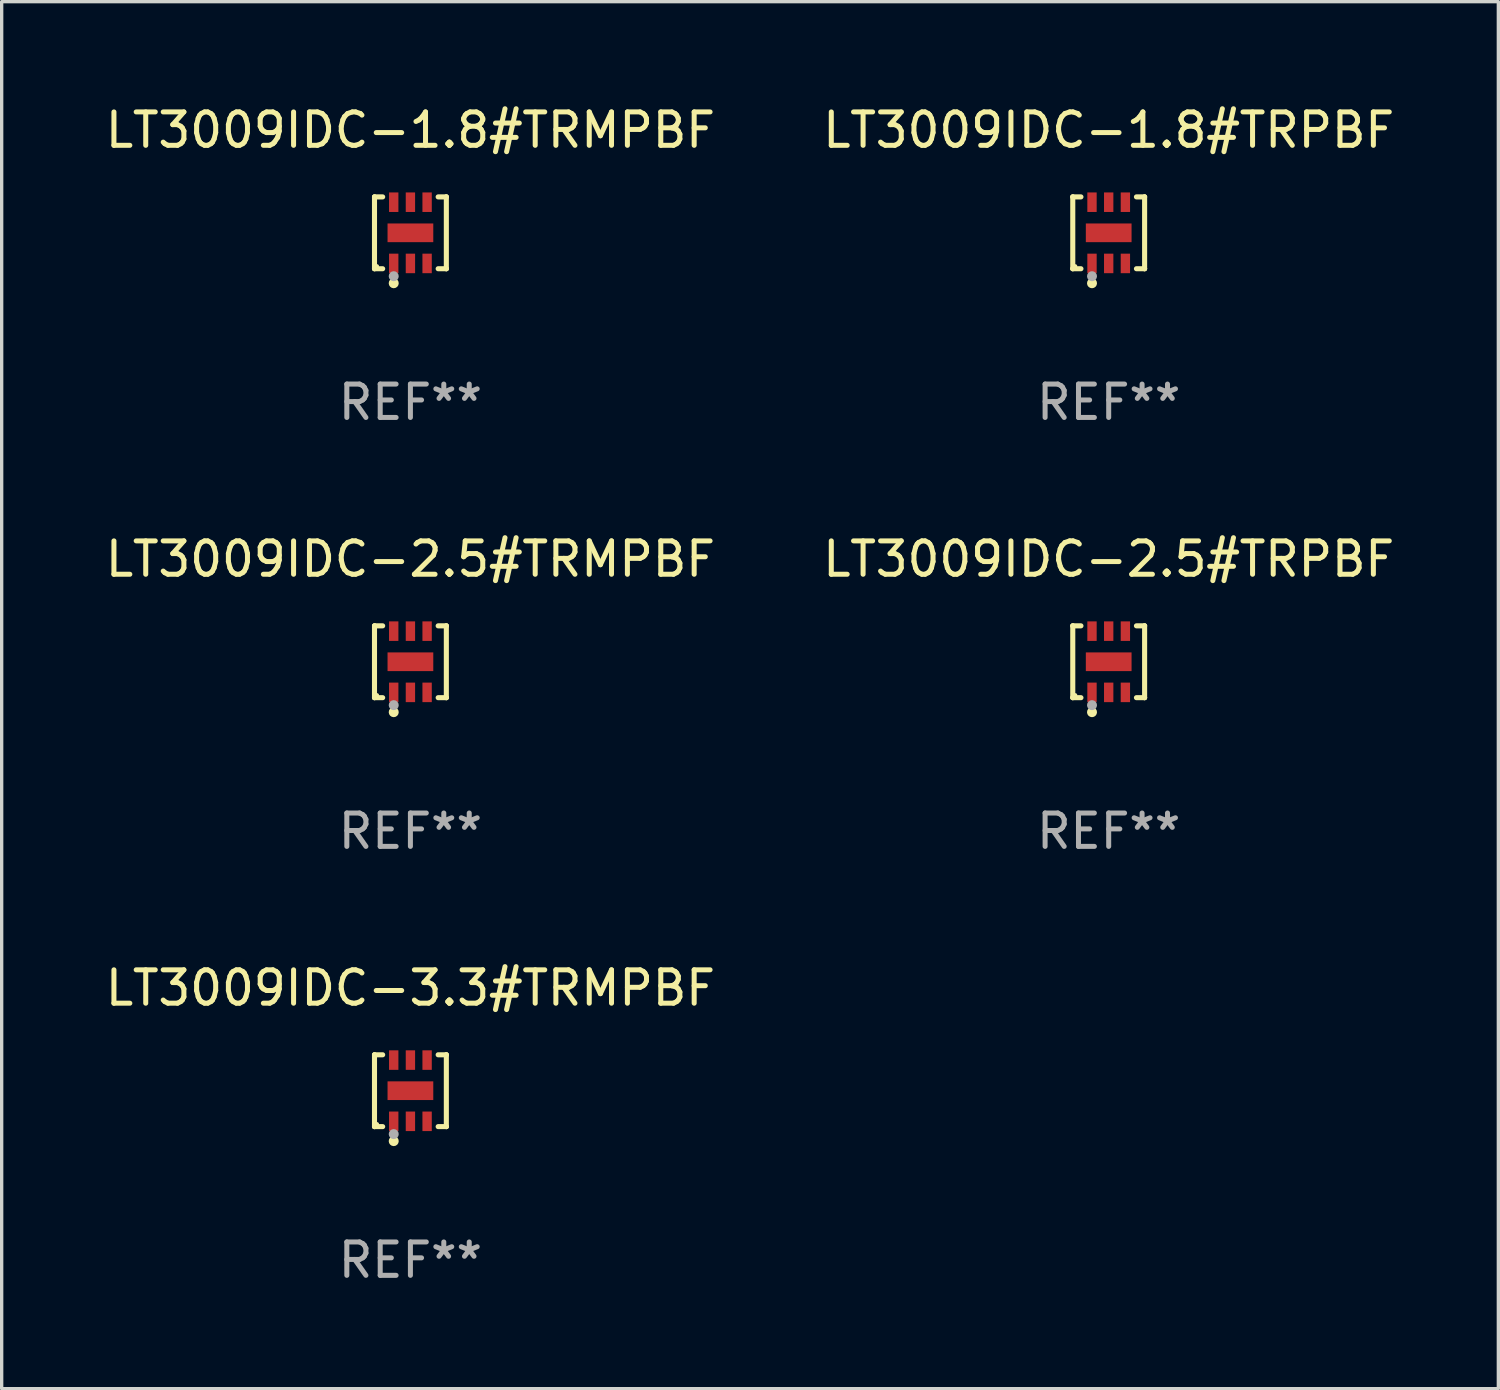
<source format=kicad_pcb>
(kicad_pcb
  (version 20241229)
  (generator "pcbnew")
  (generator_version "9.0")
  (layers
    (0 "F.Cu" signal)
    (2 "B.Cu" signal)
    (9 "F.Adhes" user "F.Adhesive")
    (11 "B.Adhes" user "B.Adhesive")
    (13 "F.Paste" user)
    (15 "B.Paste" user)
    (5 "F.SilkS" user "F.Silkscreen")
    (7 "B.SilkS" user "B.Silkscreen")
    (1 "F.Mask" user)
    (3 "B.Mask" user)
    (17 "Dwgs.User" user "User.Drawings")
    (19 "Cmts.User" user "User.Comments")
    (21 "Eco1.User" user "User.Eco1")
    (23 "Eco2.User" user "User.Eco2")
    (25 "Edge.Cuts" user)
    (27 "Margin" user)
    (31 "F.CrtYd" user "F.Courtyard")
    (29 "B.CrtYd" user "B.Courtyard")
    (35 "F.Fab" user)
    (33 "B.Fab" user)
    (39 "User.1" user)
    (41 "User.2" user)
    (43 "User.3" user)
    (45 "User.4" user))
  (footprint "LT3009IDC-2.5#TRMPBF"
    (layer "F.Cu")
    (at 9.244 16.773)
    (property "Reference" "LT3009IDC-2.5#TRMPBF" (at 0 -3.076 0) (layer "F.SilkS") (effects (font (size 1 1) (thickness 0.15))))
    (attr through_hole)
    (fp_line (start -1.076 -1.076) (end -1.076 -1.076) (stroke (width 0.152) (type solid)) (layer "F.SilkS"))
    (fp_line (start -1.076 -1.076) (end -0.831 -1.076) (stroke (width 0.152) (type solid)) (layer "F.SilkS"))
    (fp_line (start -1.076 1.076) (end -1.076 -1.076) (stroke (width 0.152) (type solid)) (layer "F.SilkS"))
    (fp_line (start -1.076 1.076) (end -1.076 1.076) (stroke (width 0.152) (type solid)) (layer "F.SilkS"))
    (fp_line (start -0.831 1.076) (end -1.076 1.076) (stroke (width 0.152) (type solid)) (layer "F.SilkS"))
    (fp_line (start 0.831 1.076) (end 1.076 1.076) (stroke (width 0.152) (type solid)) (layer "F.SilkS"))
    (fp_line (start 1.076 -1.076) (end 0.831 -1.076) (stroke (width 0.152) (type solid)) (layer "F.SilkS"))
    (fp_line (start 1.076 -1.076) (end 1.076 -1.076) (stroke (width 0.152) (type solid)) (layer "F.SilkS"))
    (fp_line (start 1.076 1.076) (end 1.076 -1.076) (stroke (width 0.152) (type solid)) (layer "F.SilkS"))
    (fp_line (start 1.076 1.076) (end 1.076 1.076) (stroke (width 0.152) (type solid)) (layer "F.SilkS"))
    (fp_circle (center -1 1) (end -0.97 1) (stroke (width 0.06) (type solid)) (fill no) (layer "F.SilkS"))
    (fp_circle (center -0.5 1.51) (end -0.425 1.51) (stroke (width 0.15) (type solid)) (fill no) (layer "F.SilkS"))
    (fp_circle (center -0.5 1.3) (end -0.425 1.3) (stroke (width 0.15) (type solid)) (fill no) (layer "F.Fab"))
    (fp_text user "REF**" (at 0 5.076 0) (layer "F.Fab") (effects (font (size 1 1) (thickness 0.15))))
    (pad "1" smd rect (at -0.5 0.917) (size 0.28 0.585) (layers "F.Cu" "F.Mask" "F.Paste"))
    (pad "2" smd rect (at 0 0.917) (size 0.28 0.585) (layers "F.Cu" "F.Mask" "F.Paste"))
    (pad "3" smd rect (at 0.5 0.917) (size 0.28 0.585) (layers "F.Cu" "F.Mask" "F.Paste"))
    (pad "4" smd rect (at 0.5 -0.917) (size 0.28 0.585) (layers "F.Cu" "F.Mask" "F.Paste"))
    (pad "5" smd rect (at 0 -0.917) (size 0.28 0.585) (layers "F.Cu" "F.Mask" "F.Paste"))
    (pad "6" smd rect (at -0.5 -0.917) (size 0.28 0.585) (layers "F.Cu" "F.Mask" "F.Paste"))
    (pad "7" smd rect (at 0 0) (size 1.37 0.56) (layers "F.Cu" "F.Mask" "F.Paste")))
  (footprint "LT3009IDC-1.8#TRMPBF"
    (layer "F.Cu")
    (at 9.244 3.924)
    (property "Reference" "LT3009IDC-1.8#TRMPBF" (at 0 -3.076 0) (layer "F.SilkS") (effects (font (size 1 1) (thickness 0.15))))
    (attr through_hole)
    (fp_line (start -1.076 -1.076) (end -1.076 -1.076) (stroke (width 0.152) (type solid)) (layer "F.SilkS"))
    (fp_line (start -1.076 -1.076) (end -0.831 -1.076) (stroke (width 0.152) (type solid)) (layer "F.SilkS"))
    (fp_line (start -1.076 1.076) (end -1.076 -1.076) (stroke (width 0.152) (type solid)) (layer "F.SilkS"))
    (fp_line (start -1.076 1.076) (end -1.076 1.076) (stroke (width 0.152) (type solid)) (layer "F.SilkS"))
    (fp_line (start -0.831 1.076) (end -1.076 1.076) (stroke (width 0.152) (type solid)) (layer "F.SilkS"))
    (fp_line (start 0.831 1.076) (end 1.076 1.076) (stroke (width 0.152) (type solid)) (layer "F.SilkS"))
    (fp_line (start 1.076 -1.076) (end 0.831 -1.076) (stroke (width 0.152) (type solid)) (layer "F.SilkS"))
    (fp_line (start 1.076 -1.076) (end 1.076 -1.076) (stroke (width 0.152) (type solid)) (layer "F.SilkS"))
    (fp_line (start 1.076 1.076) (end 1.076 -1.076) (stroke (width 0.152) (type solid)) (layer "F.SilkS"))
    (fp_line (start 1.076 1.076) (end 1.076 1.076) (stroke (width 0.152) (type solid)) (layer "F.SilkS"))
    (fp_circle (center -1 1) (end -0.97 1) (stroke (width 0.06) (type solid)) (fill no) (layer "F.SilkS"))
    (fp_circle (center -0.5 1.51) (end -0.425 1.51) (stroke (width 0.15) (type solid)) (fill no) (layer "F.SilkS"))
    (fp_circle (center -0.5 1.3) (end -0.425 1.3) (stroke (width 0.15) (type solid)) (fill no) (layer "F.Fab"))
    (fp_text user "REF**" (at 0 5.076 0) (layer "F.Fab") (effects (font (size 1 1) (thickness 0.15))))
    (pad "1" smd rect (at -0.5 0.917) (size 0.28 0.585) (layers "F.Cu" "F.Mask" "F.Paste"))
    (pad "2" smd rect (at 0 0.917) (size 0.28 0.585) (layers "F.Cu" "F.Mask" "F.Paste"))
    (pad "3" smd rect (at 0.5 0.917) (size 0.28 0.585) (layers "F.Cu" "F.Mask" "F.Paste"))
    (pad "4" smd rect (at 0.5 -0.917) (size 0.28 0.585) (layers "F.Cu" "F.Mask" "F.Paste"))
    (pad "5" smd rect (at 0 -0.917) (size 0.28 0.585) (layers "F.Cu" "F.Mask" "F.Paste"))
    (pad "6" smd rect (at -0.5 -0.917) (size 0.28 0.585) (layers "F.Cu" "F.Mask" "F.Paste"))
    (pad "7" smd rect (at 0 0) (size 1.37 0.56) (layers "F.Cu" "F.Mask" "F.Paste")))
  (footprint "LT3009IDC-3.3#TRMPBF"
    (layer "F.Cu")
    (at 9.244 29.622)
    (property "Reference" "LT3009IDC-3.3#TRMPBF" (at 0 -3.076 0) (layer "F.SilkS") (effects (font (size 1 1) (thickness 0.15))))
    (attr through_hole)
    (fp_line (start -1.076 -1.076) (end -1.076 -1.076) (stroke (width 0.152) (type solid)) (layer "F.SilkS"))
    (fp_line (start -1.076 -1.076) (end -0.831 -1.076) (stroke (width 0.152) (type solid)) (layer "F.SilkS"))
    (fp_line (start -1.076 1.076) (end -1.076 -1.076) (stroke (width 0.152) (type solid)) (layer "F.SilkS"))
    (fp_line (start -1.076 1.076) (end -1.076 1.076) (stroke (width 0.152) (type solid)) (layer "F.SilkS"))
    (fp_line (start -0.831 1.076) (end -1.076 1.076) (stroke (width 0.152) (type solid)) (layer "F.SilkS"))
    (fp_line (start 0.831 1.076) (end 1.076 1.076) (stroke (width 0.152) (type solid)) (layer "F.SilkS"))
    (fp_line (start 1.076 -1.076) (end 0.831 -1.076) (stroke (width 0.152) (type solid)) (layer "F.SilkS"))
    (fp_line (start 1.076 -1.076) (end 1.076 -1.076) (stroke (width 0.152) (type solid)) (layer "F.SilkS"))
    (fp_line (start 1.076 1.076) (end 1.076 -1.076) (stroke (width 0.152) (type solid)) (layer "F.SilkS"))
    (fp_line (start 1.076 1.076) (end 1.076 1.076) (stroke (width 0.152) (type solid)) (layer "F.SilkS"))
    (fp_circle (center -1 1) (end -0.97 1) (stroke (width 0.06) (type solid)) (fill no) (layer "F.SilkS"))
    (fp_circle (center -0.5 1.51) (end -0.425 1.51) (stroke (width 0.15) (type solid)) (fill no) (layer "F.SilkS"))
    (fp_circle (center -0.5 1.3) (end -0.425 1.3) (stroke (width 0.15) (type solid)) (fill no) (layer "F.Fab"))
    (fp_text user "REF**" (at 0 5.076 0) (layer "F.Fab") (effects (font (size 1 1) (thickness 0.15))))
    (pad "1" smd rect (at -0.5 0.917) (size 0.28 0.585) (layers "F.Cu" "F.Mask" "F.Paste"))
    (pad "2" smd rect (at 0 0.917) (size 0.28 0.585) (layers "F.Cu" "F.Mask" "F.Paste"))
    (pad "3" smd rect (at 0.5 0.917) (size 0.28 0.585) (layers "F.Cu" "F.Mask" "F.Paste"))
    (pad "4" smd rect (at 0.5 -0.917) (size 0.28 0.585) (layers "F.Cu" "F.Mask" "F.Paste"))
    (pad "5" smd rect (at 0 -0.917) (size 0.28 0.585) (layers "F.Cu" "F.Mask" "F.Paste"))
    (pad "6" smd rect (at -0.5 -0.917) (size 0.28 0.585) (layers "F.Cu" "F.Mask" "F.Paste"))
    (pad "7" smd rect (at 0 0) (size 1.37 0.56) (layers "F.Cu" "F.Mask" "F.Paste")))
  (footprint "LT3009IDC-2.5#TRPBF"
    (layer "F.Cu")
    (at 30.161 16.773)
    (property "Reference" "LT3009IDC-2.5#TRPBF" (at 0 -3.076 0) (layer "F.SilkS") (effects (font (size 1 1) (thickness 0.15))))
    (attr through_hole)
    (fp_line (start -1.076 -1.076) (end -1.076 -1.076) (stroke (width 0.152) (type solid)) (layer "F.SilkS"))
    (fp_line (start -1.076 -1.076) (end -0.831 -1.076) (stroke (width 0.152) (type solid)) (layer "F.SilkS"))
    (fp_line (start -1.076 1.076) (end -1.076 -1.076) (stroke (width 0.152) (type solid)) (layer "F.SilkS"))
    (fp_line (start -1.076 1.076) (end -1.076 1.076) (stroke (width 0.152) (type solid)) (layer "F.SilkS"))
    (fp_line (start -0.831 1.076) (end -1.076 1.076) (stroke (width 0.152) (type solid)) (layer "F.SilkS"))
    (fp_line (start 0.831 1.076) (end 1.076 1.076) (stroke (width 0.152) (type solid)) (layer "F.SilkS"))
    (fp_line (start 1.076 -1.076) (end 0.831 -1.076) (stroke (width 0.152) (type solid)) (layer "F.SilkS"))
    (fp_line (start 1.076 -1.076) (end 1.076 -1.076) (stroke (width 0.152) (type solid)) (layer "F.SilkS"))
    (fp_line (start 1.076 1.076) (end 1.076 -1.076) (stroke (width 0.152) (type solid)) (layer "F.SilkS"))
    (fp_line (start 1.076 1.076) (end 1.076 1.076) (stroke (width 0.152) (type solid)) (layer "F.SilkS"))
    (fp_circle (center -1 1) (end -0.97 1) (stroke (width 0.06) (type solid)) (fill no) (layer "F.SilkS"))
    (fp_circle (center -0.5 1.51) (end -0.425 1.51) (stroke (width 0.15) (type solid)) (fill no) (layer "F.SilkS"))
    (fp_circle (center -0.5 1.3) (end -0.425 1.3) (stroke (width 0.15) (type solid)) (fill no) (layer "F.Fab"))
    (fp_text user "REF**" (at 0 5.076 0) (layer "F.Fab") (effects (font (size 1 1) (thickness 0.15))))
    (pad "1" smd rect (at -0.5 0.917) (size 0.28 0.585) (layers "F.Cu" "F.Mask" "F.Paste"))
    (pad "2" smd rect (at 0 0.917) (size 0.28 0.585) (layers "F.Cu" "F.Mask" "F.Paste"))
    (pad "3" smd rect (at 0.5 0.917) (size 0.28 0.585) (layers "F.Cu" "F.Mask" "F.Paste"))
    (pad "4" smd rect (at 0.5 -0.917) (size 0.28 0.585) (layers "F.Cu" "F.Mask" "F.Paste"))
    (pad "5" smd rect (at 0 -0.917) (size 0.28 0.585) (layers "F.Cu" "F.Mask" "F.Paste"))
    (pad "6" smd rect (at -0.5 -0.917) (size 0.28 0.585) (layers "F.Cu" "F.Mask" "F.Paste"))
    (pad "7" smd rect (at 0 0) (size 1.37 0.56) (layers "F.Cu" "F.Mask" "F.Paste")))
  (footprint "LT3009IDC-1.8#TRPBF"
    (layer "F.Cu")
    (at 30.161 3.924)
    (property "Reference" "LT3009IDC-1.8#TRPBF" (at 0 -3.076 0) (layer "F.SilkS") (effects (font (size 1 1) (thickness 0.15))))
    (attr through_hole)
    (fp_line (start -1.076 -1.076) (end -1.076 -1.076) (stroke (width 0.152) (type solid)) (layer "F.SilkS"))
    (fp_line (start -1.076 -1.076) (end -0.831 -1.076) (stroke (width 0.152) (type solid)) (layer "F.SilkS"))
    (fp_line (start -1.076 1.076) (end -1.076 -1.076) (stroke (width 0.152) (type solid)) (layer "F.SilkS"))
    (fp_line (start -1.076 1.076) (end -1.076 1.076) (stroke (width 0.152) (type solid)) (layer "F.SilkS"))
    (fp_line (start -0.831 1.076) (end -1.076 1.076) (stroke (width 0.152) (type solid)) (layer "F.SilkS"))
    (fp_line (start 0.831 1.076) (end 1.076 1.076) (stroke (width 0.152) (type solid)) (layer "F.SilkS"))
    (fp_line (start 1.076 -1.076) (end 0.831 -1.076) (stroke (width 0.152) (type solid)) (layer "F.SilkS"))
    (fp_line (start 1.076 -1.076) (end 1.076 -1.076) (stroke (width 0.152) (type solid)) (layer "F.SilkS"))
    (fp_line (start 1.076 1.076) (end 1.076 -1.076) (stroke (width 0.152) (type solid)) (layer "F.SilkS"))
    (fp_line (start 1.076 1.076) (end 1.076 1.076) (stroke (width 0.152) (type solid)) (layer "F.SilkS"))
    (fp_circle (center -1 1) (end -0.97 1) (stroke (width 0.06) (type solid)) (fill no) (layer "F.SilkS"))
    (fp_circle (center -0.5 1.51) (end -0.425 1.51) (stroke (width 0.15) (type solid)) (fill no) (layer "F.SilkS"))
    (fp_circle (center -0.5 1.3) (end -0.425 1.3) (stroke (width 0.15) (type solid)) (fill no) (layer "F.Fab"))
    (fp_text user "REF**" (at 0 5.076 0) (layer "F.Fab") (effects (font (size 1 1) (thickness 0.15))))
    (pad "1" smd rect (at -0.5 0.917) (size 0.28 0.585) (layers "F.Cu" "F.Mask" "F.Paste"))
    (pad "2" smd rect (at 0 0.917) (size 0.28 0.585) (layers "F.Cu" "F.Mask" "F.Paste"))
    (pad "3" smd rect (at 0.5 0.917) (size 0.28 0.585) (layers "F.Cu" "F.Mask" "F.Paste"))
    (pad "4" smd rect (at 0.5 -0.917) (size 0.28 0.585) (layers "F.Cu" "F.Mask" "F.Paste"))
    (pad "5" smd rect (at 0 -0.917) (size 0.28 0.585) (layers "F.Cu" "F.Mask" "F.Paste"))
    (pad "6" smd rect (at -0.5 -0.917) (size 0.28 0.585) (layers "F.Cu" "F.Mask" "F.Paste"))
    (pad "7" smd rect (at 0 0) (size 1.37 0.56) (layers "F.Cu" "F.Mask" "F.Paste")))
  (gr_rect
    (start -3 -3)
    (end 41.833 38.547)
    (stroke (width 0.1) (type default))
    (fill no)
    (layer "Edge.Cuts")))
</source>
